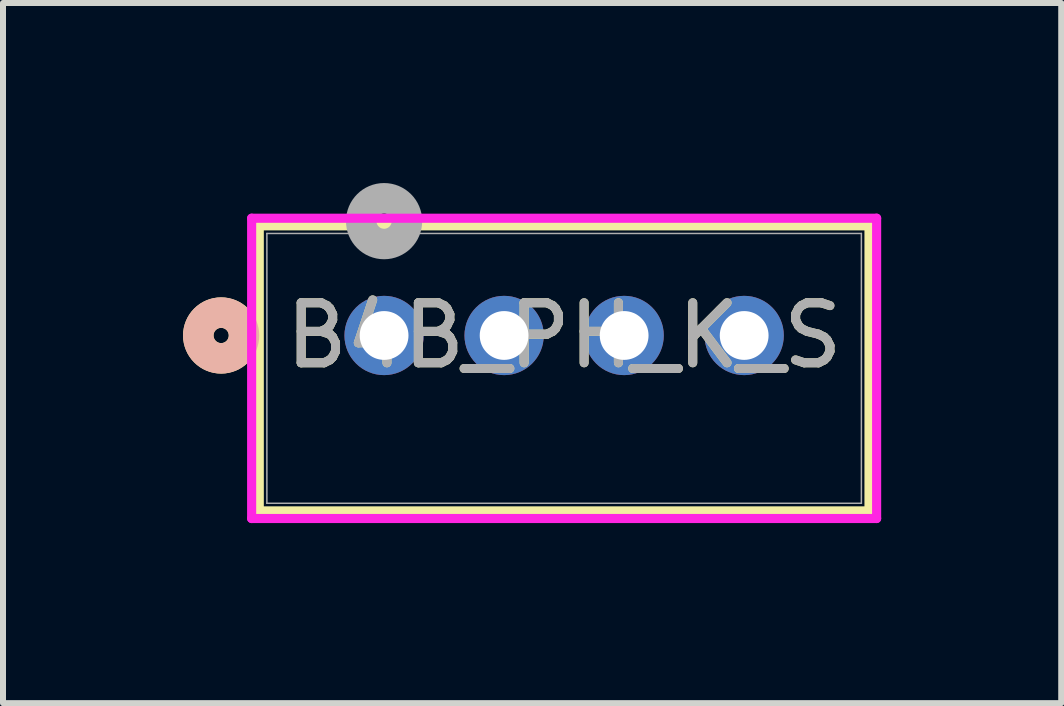
<source format=kicad_pcb>
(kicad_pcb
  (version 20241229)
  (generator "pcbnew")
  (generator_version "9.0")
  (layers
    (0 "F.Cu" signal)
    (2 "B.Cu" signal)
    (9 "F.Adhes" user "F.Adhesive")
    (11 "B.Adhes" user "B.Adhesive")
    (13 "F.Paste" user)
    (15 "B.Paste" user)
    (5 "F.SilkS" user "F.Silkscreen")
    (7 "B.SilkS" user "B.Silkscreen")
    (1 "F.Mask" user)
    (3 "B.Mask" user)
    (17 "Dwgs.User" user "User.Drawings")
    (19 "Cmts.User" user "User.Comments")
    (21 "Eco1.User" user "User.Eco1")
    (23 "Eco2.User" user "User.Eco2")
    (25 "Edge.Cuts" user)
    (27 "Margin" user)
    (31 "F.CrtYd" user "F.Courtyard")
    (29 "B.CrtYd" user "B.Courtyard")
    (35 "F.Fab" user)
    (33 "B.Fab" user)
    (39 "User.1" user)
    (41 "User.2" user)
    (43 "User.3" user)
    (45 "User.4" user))
  (footprint "B4B_PH_K_S"
    (layer "F.Cu")
    (at 3.35 2.54)
    (property "Reference" "B4B_PH_K_S" (at 3 0 0) (unlocked yes) (layer "F.SilkS") (effects (font (size 1 1) (thickness 0.15))))
    (attr through_hole)
    (fp_line (start -2.08 -1.827) (end -2.08 2.923) (stroke (width 0.152) (type solid)) (layer "F.SilkS"))
    (fp_line (start -2.08 2.923) (end 8.08 2.923) (stroke (width 0.152) (type solid)) (layer "F.SilkS"))
    (fp_line (start 8.08 -1.827) (end -2.08 -1.827) (stroke (width 0.152) (type solid)) (layer "F.SilkS"))
    (fp_line (start 8.08 2.923) (end 8.08 -1.827) (stroke (width 0.152) (type solid)) (layer "F.SilkS"))
    (fp_circle (center -2.715 0) (end -2.334 0) (stroke (width 0.508) (type solid)) (fill no) (layer "F.SilkS"))
    (fp_circle (center -2.715 0) (end -2.334 0) (stroke (width 0.508) (type solid)) (fill no) (layer "B.SilkS"))
    (fp_line (start -2.207 -1.954) (end -2.207 3.05) (stroke (width 0.152) (type solid)) (layer "F.CrtYd"))
    (fp_line (start -2.207 3.05) (end 8.207 3.05) (stroke (width 0.152) (type solid)) (layer "F.CrtYd"))
    (fp_line (start 8.207 -1.954) (end -2.207 -1.954) (stroke (width 0.152) (type solid)) (layer "F.CrtYd"))
    (fp_line (start 8.207 3.05) (end 8.207 -1.954) (stroke (width 0.152) (type solid)) (layer "F.CrtYd"))
    (fp_line (start -1.953 -1.7) (end -1.953 2.796) (stroke (width 0.025) (type solid)) (layer "F.Fab"))
    (fp_line (start -1.953 2.796) (end 7.953 2.796) (stroke (width 0.025) (type solid)) (layer "F.Fab"))
    (fp_line (start 7.953 -1.7) (end -1.953 -1.7) (stroke (width 0.025) (type solid)) (layer "F.Fab"))
    (fp_line (start 7.953 2.796) (end 7.953 -1.7) (stroke (width 0.025) (type solid)) (layer "F.Fab"))
    (fp_circle (center 0 -1.905) (end 0.381 -1.905) (stroke (width 0.508) (type solid)) (fill no) (layer "F.Fab"))
    (fp_text user "${REFERENCE}" (at 3 0 0) (unlocked yes) (layer "F.Fab") (effects (font (size 1 1) (thickness 0.15))))
    (pad "1" thru_hole circle (at 0 0) (size 1.321 1.321) (drill 0.813) (layers "*.Cu" "*.Mask"))
    (pad "2" thru_hole circle (at 2 0) (size 1.321 1.321) (drill 0.813) (layers "*.Cu" "*.Mask"))
    (pad "3" thru_hole circle (at 4 0) (size 1.321 1.321) (drill 0.813) (layers "*.Cu" "*.Mask"))
    (pad "4" thru_hole circle (at 6 0) (size 1.321 1.321) (drill 0.813) (layers "*.Cu" "*.Mask")))
  (gr_rect
    (start -3 -3)
    (end 14.633 8.666)
    (stroke (width 0.1) (type default))
    (fill no)
    (layer "Edge.Cuts")))
</source>
